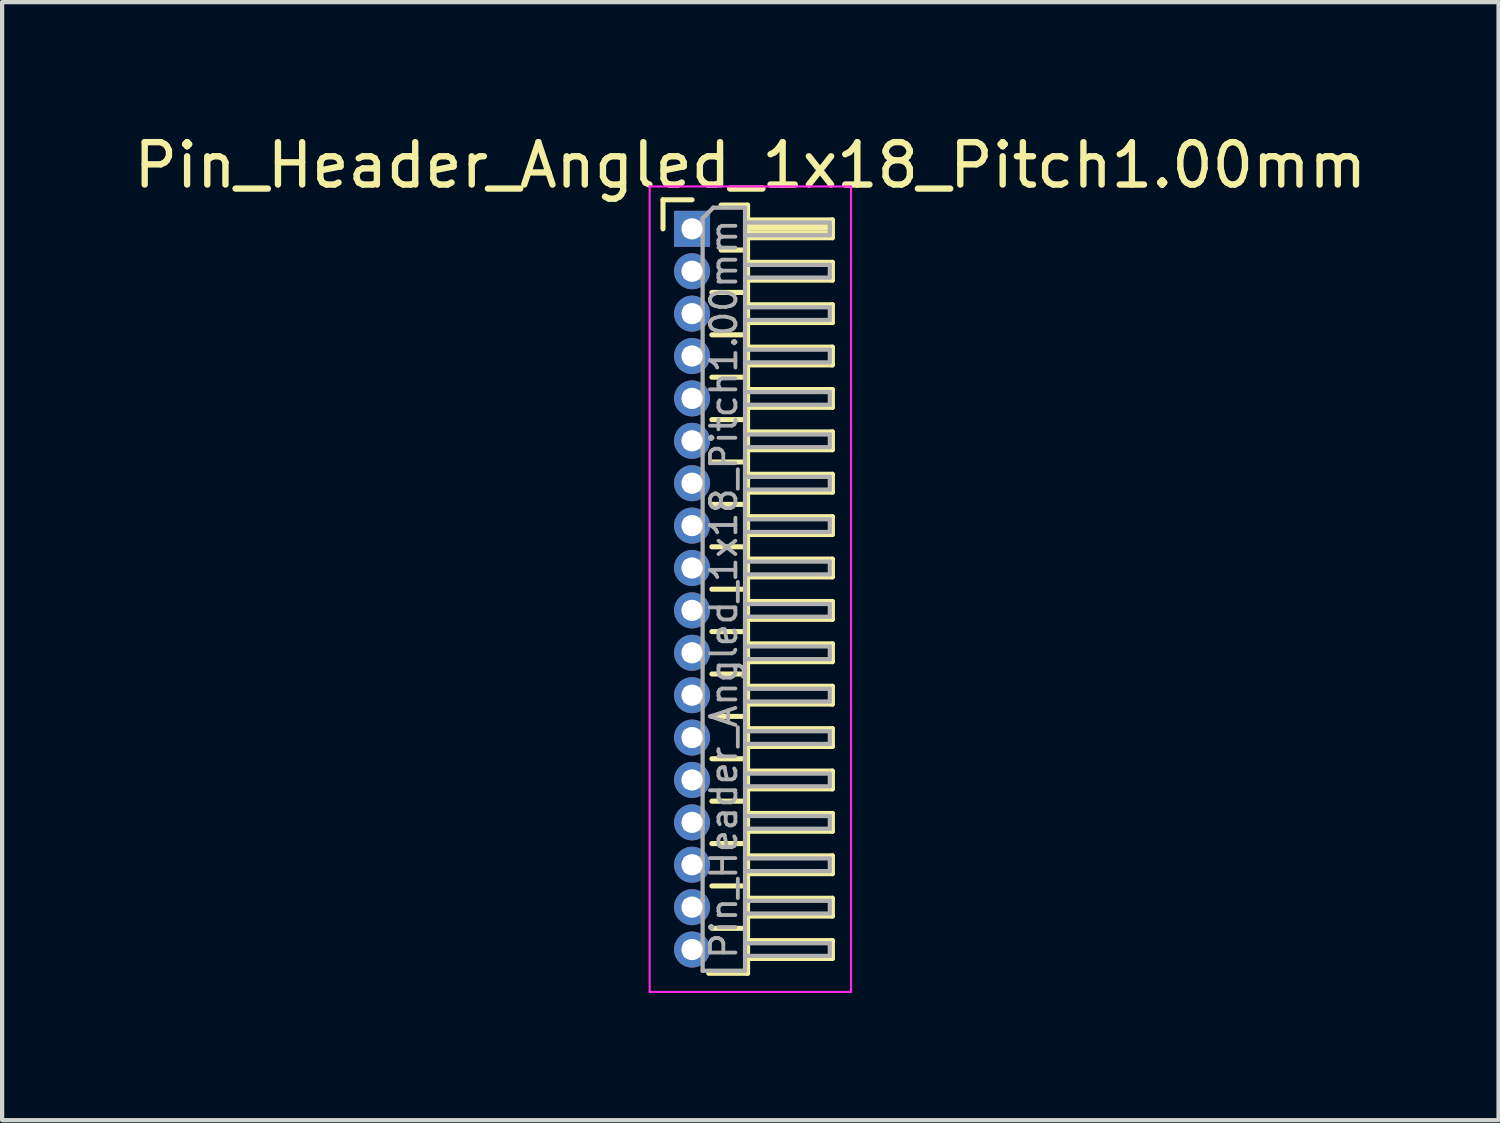
<source format=kicad_pcb>
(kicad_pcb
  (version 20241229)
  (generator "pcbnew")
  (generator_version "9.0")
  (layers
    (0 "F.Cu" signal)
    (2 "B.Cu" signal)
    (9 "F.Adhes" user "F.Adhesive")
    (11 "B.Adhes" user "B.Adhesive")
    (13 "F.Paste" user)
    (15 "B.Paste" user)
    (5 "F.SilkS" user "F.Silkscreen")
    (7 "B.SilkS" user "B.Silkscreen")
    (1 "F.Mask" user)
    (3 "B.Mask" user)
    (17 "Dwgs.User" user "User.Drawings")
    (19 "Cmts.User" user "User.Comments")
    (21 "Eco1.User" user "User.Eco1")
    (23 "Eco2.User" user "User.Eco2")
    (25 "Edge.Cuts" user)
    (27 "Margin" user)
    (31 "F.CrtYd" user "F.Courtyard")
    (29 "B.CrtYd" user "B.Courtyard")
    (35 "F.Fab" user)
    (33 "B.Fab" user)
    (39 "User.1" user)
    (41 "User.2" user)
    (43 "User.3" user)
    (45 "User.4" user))
  (footprint "Pin_Header_Angled_1x18_Pitch1.00mm"
    (layer "F.Cu")
    (at 13.274 2.348)
    (property "Reference" "Pin_Header_Angled_1x18_Pitch1.00mm" (at 1.375 -1.5 0) (layer "F.SilkS") (effects (font (size 1 1) (thickness 0.15))))
    (attr through_hole)
    (fp_line (start -0.685 -0.685) (end 0 -0.685) (stroke (width 0.12) (type solid)) (layer "F.SilkS"))
    (fp_line (start -0.685 0) (end -0.685 -0.685) (stroke (width 0.12) (type solid)) (layer "F.SilkS"))
    (fp_line (start 0.468 1.5) (end 1.31 1.5) (stroke (width 0.12) (type solid)) (layer "F.SilkS"))
    (fp_line (start 0.468 2.5) (end 1.31 2.5) (stroke (width 0.12) (type solid)) (layer "F.SilkS"))
    (fp_line (start 0.468 3.5) (end 1.31 3.5) (stroke (width 0.12) (type solid)) (layer "F.SilkS"))
    (fp_line (start 0.468 4.5) (end 1.31 4.5) (stroke (width 0.12) (type solid)) (layer "F.SilkS"))
    (fp_line (start 0.468 5.5) (end 1.31 5.5) (stroke (width 0.12) (type solid)) (layer "F.SilkS"))
    (fp_line (start 0.468 6.5) (end 1.31 6.5) (stroke (width 0.12) (type solid)) (layer "F.SilkS"))
    (fp_line (start 0.468 7.5) (end 1.31 7.5) (stroke (width 0.12) (type solid)) (layer "F.SilkS"))
    (fp_line (start 0.468 8.5) (end 1.31 8.5) (stroke (width 0.12) (type solid)) (layer "F.SilkS"))
    (fp_line (start 0.468 9.5) (end 1.31 9.5) (stroke (width 0.12) (type solid)) (layer "F.SilkS"))
    (fp_line (start 0.468 10.5) (end 1.31 10.5) (stroke (width 0.12) (type solid)) (layer "F.SilkS"))
    (fp_line (start 0.468 11.5) (end 1.31 11.5) (stroke (width 0.12) (type solid)) (layer "F.SilkS"))
    (fp_line (start 0.468 12.5) (end 1.31 12.5) (stroke (width 0.12) (type solid)) (layer "F.SilkS"))
    (fp_line (start 0.468 13.5) (end 1.31 13.5) (stroke (width 0.12) (type solid)) (layer "F.SilkS"))
    (fp_line (start 0.468 14.5) (end 1.31 14.5) (stroke (width 0.12) (type solid)) (layer "F.SilkS"))
    (fp_line (start 0.468 15.5) (end 1.31 15.5) (stroke (width 0.12) (type solid)) (layer "F.SilkS"))
    (fp_line (start 0.468 16.5) (end 1.31 16.5) (stroke (width 0.12) (type solid)) (layer "F.SilkS"))
    (fp_line (start 0.685 -0.56) (end 1.31 -0.56) (stroke (width 0.12) (type solid)) (layer "F.SilkS"))
    (fp_line (start 0.685 0.5) (end 1.31 0.5) (stroke (width 0.12) (type solid)) (layer "F.SilkS"))
    (fp_line (start 1.31 -0.56) (end 1.31 17.56) (stroke (width 0.12) (type solid)) (layer "F.SilkS"))
    (fp_line (start 1.31 -0.21) (end 3.31 -0.21) (stroke (width 0.12) (type solid)) (layer "F.SilkS"))
    (fp_line (start 1.31 -0.15) (end 3.31 -0.15) (stroke (width 0.12) (type solid)) (layer "F.SilkS"))
    (fp_line (start 1.31 -0.03) (end 3.31 -0.03) (stroke (width 0.12) (type solid)) (layer "F.SilkS"))
    (fp_line (start 1.31 0.09) (end 3.31 0.09) (stroke (width 0.12) (type solid)) (layer "F.SilkS"))
    (fp_line (start 1.31 0.79) (end 3.31 0.79) (stroke (width 0.12) (type solid)) (layer "F.SilkS"))
    (fp_line (start 1.31 1.79) (end 3.31 1.79) (stroke (width 0.12) (type solid)) (layer "F.SilkS"))
    (fp_line (start 1.31 2.79) (end 3.31 2.79) (stroke (width 0.12) (type solid)) (layer "F.SilkS"))
    (fp_line (start 1.31 3.79) (end 3.31 3.79) (stroke (width 0.12) (type solid)) (layer "F.SilkS"))
    (fp_line (start 1.31 4.79) (end 3.31 4.79) (stroke (width 0.12) (type solid)) (layer "F.SilkS"))
    (fp_line (start 1.31 5.79) (end 3.31 5.79) (stroke (width 0.12) (type solid)) (layer "F.SilkS"))
    (fp_line (start 1.31 6.79) (end 3.31 6.79) (stroke (width 0.12) (type solid)) (layer "F.SilkS"))
    (fp_line (start 1.31 7.79) (end 3.31 7.79) (stroke (width 0.12) (type solid)) (layer "F.SilkS"))
    (fp_line (start 1.31 8.79) (end 3.31 8.79) (stroke (width 0.12) (type solid)) (layer "F.SilkS"))
    (fp_line (start 1.31 9.79) (end 3.31 9.79) (stroke (width 0.12) (type solid)) (layer "F.SilkS"))
    (fp_line (start 1.31 10.79) (end 3.31 10.79) (stroke (width 0.12) (type solid)) (layer "F.SilkS"))
    (fp_line (start 1.31 11.79) (end 3.31 11.79) (stroke (width 0.12) (type solid)) (layer "F.SilkS"))
    (fp_line (start 1.31 12.79) (end 3.31 12.79) (stroke (width 0.12) (type solid)) (layer "F.SilkS"))
    (fp_line (start 1.31 13.79) (end 3.31 13.79) (stroke (width 0.12) (type solid)) (layer "F.SilkS"))
    (fp_line (start 1.31 14.79) (end 3.31 14.79) (stroke (width 0.12) (type solid)) (layer "F.SilkS"))
    (fp_line (start 1.31 15.79) (end 3.31 15.79) (stroke (width 0.12) (type solid)) (layer "F.SilkS"))
    (fp_line (start 1.31 16.79) (end 3.31 16.79) (stroke (width 0.12) (type solid)) (layer "F.SilkS"))
    (fp_line (start 1.31 17.56) (end 0.394 17.56) (stroke (width 0.12) (type solid)) (layer "F.SilkS"))
    (fp_line (start 3.31 -0.21) (end 3.31 0.21) (stroke (width 0.12) (type solid)) (layer "F.SilkS"))
    (fp_line (start 3.31 0.21) (end 1.31 0.21) (stroke (width 0.12) (type solid)) (layer "F.SilkS"))
    (fp_line (start 3.31 0.79) (end 3.31 1.21) (stroke (width 0.12) (type solid)) (layer "F.SilkS"))
    (fp_line (start 3.31 1.21) (end 1.31 1.21) (stroke (width 0.12) (type solid)) (layer "F.SilkS"))
    (fp_line (start 3.31 1.79) (end 3.31 2.21) (stroke (width 0.12) (type solid)) (layer "F.SilkS"))
    (fp_line (start 3.31 2.21) (end 1.31 2.21) (stroke (width 0.12) (type solid)) (layer "F.SilkS"))
    (fp_line (start 3.31 2.79) (end 3.31 3.21) (stroke (width 0.12) (type solid)) (layer "F.SilkS"))
    (fp_line (start 3.31 3.21) (end 1.31 3.21) (stroke (width 0.12) (type solid)) (layer "F.SilkS"))
    (fp_line (start 3.31 3.79) (end 3.31 4.21) (stroke (width 0.12) (type solid)) (layer "F.SilkS"))
    (fp_line (start 3.31 4.21) (end 1.31 4.21) (stroke (width 0.12) (type solid)) (layer "F.SilkS"))
    (fp_line (start 3.31 4.79) (end 3.31 5.21) (stroke (width 0.12) (type solid)) (layer "F.SilkS"))
    (fp_line (start 3.31 5.21) (end 1.31 5.21) (stroke (width 0.12) (type solid)) (layer "F.SilkS"))
    (fp_line (start 3.31 5.79) (end 3.31 6.21) (stroke (width 0.12) (type solid)) (layer "F.SilkS"))
    (fp_line (start 3.31 6.21) (end 1.31 6.21) (stroke (width 0.12) (type solid)) (layer "F.SilkS"))
    (fp_line (start 3.31 6.79) (end 3.31 7.21) (stroke (width 0.12) (type solid)) (layer "F.SilkS"))
    (fp_line (start 3.31 7.21) (end 1.31 7.21) (stroke (width 0.12) (type solid)) (layer "F.SilkS"))
    (fp_line (start 3.31 7.79) (end 3.31 8.21) (stroke (width 0.12) (type solid)) (layer "F.SilkS"))
    (fp_line (start 3.31 8.21) (end 1.31 8.21) (stroke (width 0.12) (type solid)) (layer "F.SilkS"))
    (fp_line (start 3.31 8.79) (end 3.31 9.21) (stroke (width 0.12) (type solid)) (layer "F.SilkS"))
    (fp_line (start 3.31 9.21) (end 1.31 9.21) (stroke (width 0.12) (type solid)) (layer "F.SilkS"))
    (fp_line (start 3.31 9.79) (end 3.31 10.21) (stroke (width 0.12) (type solid)) (layer "F.SilkS"))
    (fp_line (start 3.31 10.21) (end 1.31 10.21) (stroke (width 0.12) (type solid)) (layer "F.SilkS"))
    (fp_line (start 3.31 10.79) (end 3.31 11.21) (stroke (width 0.12) (type solid)) (layer "F.SilkS"))
    (fp_line (start 3.31 11.21) (end 1.31 11.21) (stroke (width 0.12) (type solid)) (layer "F.SilkS"))
    (fp_line (start 3.31 11.79) (end 3.31 12.21) (stroke (width 0.12) (type solid)) (layer "F.SilkS"))
    (fp_line (start 3.31 12.21) (end 1.31 12.21) (stroke (width 0.12) (type solid)) (layer "F.SilkS"))
    (fp_line (start 3.31 12.79) (end 3.31 13.21) (stroke (width 0.12) (type solid)) (layer "F.SilkS"))
    (fp_line (start 3.31 13.21) (end 1.31 13.21) (stroke (width 0.12) (type solid)) (layer "F.SilkS"))
    (fp_line (start 3.31 13.79) (end 3.31 14.21) (stroke (width 0.12) (type solid)) (layer "F.SilkS"))
    (fp_line (start 3.31 14.21) (end 1.31 14.21) (stroke (width 0.12) (type solid)) (layer "F.SilkS"))
    (fp_line (start 3.31 14.79) (end 3.31 15.21) (stroke (width 0.12) (type solid)) (layer "F.SilkS"))
    (fp_line (start 3.31 15.21) (end 1.31 15.21) (stroke (width 0.12) (type solid)) (layer "F.SilkS"))
    (fp_line (start 3.31 15.79) (end 3.31 16.21) (stroke (width 0.12) (type solid)) (layer "F.SilkS"))
    (fp_line (start 3.31 16.21) (end 1.31 16.21) (stroke (width 0.12) (type solid)) (layer "F.SilkS"))
    (fp_line (start 3.31 16.79) (end 3.31 17.21) (stroke (width 0.12) (type solid)) (layer "F.SilkS"))
    (fp_line (start 3.31 17.21) (end 1.31 17.21) (stroke (width 0.12) (type solid)) (layer "F.SilkS"))
    (fp_line (start -1 -1) (end -1 18) (stroke (width 0.05) (type solid)) (layer "F.CrtYd"))
    (fp_line (start -1 18) (end 3.75 18) (stroke (width 0.05) (type solid)) (layer "F.CrtYd"))
    (fp_line (start 3.75 -1) (end -1 -1) (stroke (width 0.05) (type solid)) (layer "F.CrtYd"))
    (fp_line (start 3.75 18) (end 3.75 -1) (stroke (width 0.05) (type solid)) (layer "F.CrtYd"))
    (fp_line (start -0.15 -0.15) (end -0.15 0.15) (stroke (width 0.1) (type solid)) (layer "F.Fab"))
    (fp_line (start -0.15 -0.15) (end 0.25 -0.15) (stroke (width 0.1) (type solid)) (layer "F.Fab"))
    (fp_line (start -0.15 0.15) (end 0.25 0.15) (stroke (width 0.1) (type solid)) (layer "F.Fab"))
    (fp_line (start -0.15 0.85) (end -0.15 1.15) (stroke (width 0.1) (type solid)) (layer "F.Fab"))
    (fp_line (start -0.15 0.85) (end 0.25 0.85) (stroke (width 0.1) (type solid)) (layer "F.Fab"))
    (fp_line (start -0.15 1.15) (end 0.25 1.15) (stroke (width 0.1) (type solid)) (layer "F.Fab"))
    (fp_line (start -0.15 1.85) (end -0.15 2.15) (stroke (width 0.1) (type solid)) (layer "F.Fab"))
    (fp_line (start -0.15 1.85) (end 0.25 1.85) (stroke (width 0.1) (type solid)) (layer "F.Fab"))
    (fp_line (start -0.15 2.15) (end 0.25 2.15) (stroke (width 0.1) (type solid)) (layer "F.Fab"))
    (fp_line (start -0.15 2.85) (end -0.15 3.15) (stroke (width 0.1) (type solid)) (layer "F.Fab"))
    (fp_line (start -0.15 2.85) (end 0.25 2.85) (stroke (width 0.1) (type solid)) (layer "F.Fab"))
    (fp_line (start -0.15 3.15) (end 0.25 3.15) (stroke (width 0.1) (type solid)) (layer "F.Fab"))
    (fp_line (start -0.15 3.85) (end -0.15 4.15) (stroke (width 0.1) (type solid)) (layer "F.Fab"))
    (fp_line (start -0.15 3.85) (end 0.25 3.85) (stroke (width 0.1) (type solid)) (layer "F.Fab"))
    (fp_line (start -0.15 4.15) (end 0.25 4.15) (stroke (width 0.1) (type solid)) (layer "F.Fab"))
    (fp_line (start -0.15 4.85) (end -0.15 5.15) (stroke (width 0.1) (type solid)) (layer "F.Fab"))
    (fp_line (start -0.15 4.85) (end 0.25 4.85) (stroke (width 0.1) (type solid)) (layer "F.Fab"))
    (fp_line (start -0.15 5.15) (end 0.25 5.15) (stroke (width 0.1) (type solid)) (layer "F.Fab"))
    (fp_line (start -0.15 5.85) (end -0.15 6.15) (stroke (width 0.1) (type solid)) (layer "F.Fab"))
    (fp_line (start -0.15 5.85) (end 0.25 5.85) (stroke (width 0.1) (type solid)) (layer "F.Fab"))
    (fp_line (start -0.15 6.15) (end 0.25 6.15) (stroke (width 0.1) (type solid)) (layer "F.Fab"))
    (fp_line (start -0.15 6.85) (end -0.15 7.15) (stroke (width 0.1) (type solid)) (layer "F.Fab"))
    (fp_line (start -0.15 6.85) (end 0.25 6.85) (stroke (width 0.1) (type solid)) (layer "F.Fab"))
    (fp_line (start -0.15 7.15) (end 0.25 7.15) (stroke (width 0.1) (type solid)) (layer "F.Fab"))
    (fp_line (start -0.15 7.85) (end -0.15 8.15) (stroke (width 0.1) (type solid)) (layer "F.Fab"))
    (fp_line (start -0.15 7.85) (end 0.25 7.85) (stroke (width 0.1) (type solid)) (layer "F.Fab"))
    (fp_line (start -0.15 8.15) (end 0.25 8.15) (stroke (width 0.1) (type solid)) (layer "F.Fab"))
    (fp_line (start -0.15 8.85) (end -0.15 9.15) (stroke (width 0.1) (type solid)) (layer "F.Fab"))
    (fp_line (start -0.15 8.85) (end 0.25 8.85) (stroke (width 0.1) (type solid)) (layer "F.Fab"))
    (fp_line (start -0.15 9.15) (end 0.25 9.15) (stroke (width 0.1) (type solid)) (layer "F.Fab"))
    (fp_line (start -0.15 9.85) (end -0.15 10.15) (stroke (width 0.1) (type solid)) (layer "F.Fab"))
    (fp_line (start -0.15 9.85) (end 0.25 9.85) (stroke (width 0.1) (type solid)) (layer "F.Fab"))
    (fp_line (start -0.15 10.15) (end 0.25 10.15) (stroke (width 0.1) (type solid)) (layer "F.Fab"))
    (fp_line (start -0.15 10.85) (end -0.15 11.15) (stroke (width 0.1) (type solid)) (layer "F.Fab"))
    (fp_line (start -0.15 10.85) (end 0.25 10.85) (stroke (width 0.1) (type solid)) (layer "F.Fab"))
    (fp_line (start -0.15 11.15) (end 0.25 11.15) (stroke (width 0.1) (type solid)) (layer "F.Fab"))
    (fp_line (start -0.15 11.85) (end -0.15 12.15) (stroke (width 0.1) (type solid)) (layer "F.Fab"))
    (fp_line (start -0.15 11.85) (end 0.25 11.85) (stroke (width 0.1) (type solid)) (layer "F.Fab"))
    (fp_line (start -0.15 12.15) (end 0.25 12.15) (stroke (width 0.1) (type solid)) (layer "F.Fab"))
    (fp_line (start -0.15 12.85) (end -0.15 13.15) (stroke (width 0.1) (type solid)) (layer "F.Fab"))
    (fp_line (start -0.15 12.85) (end 0.25 12.85) (stroke (width 0.1) (type solid)) (layer "F.Fab"))
    (fp_line (start -0.15 13.15) (end 0.25 13.15) (stroke (width 0.1) (type solid)) (layer "F.Fab"))
    (fp_line (start -0.15 13.85) (end -0.15 14.15) (stroke (width 0.1) (type solid)) (layer "F.Fab"))
    (fp_line (start -0.15 13.85) (end 0.25 13.85) (stroke (width 0.1) (type solid)) (layer "F.Fab"))
    (fp_line (start -0.15 14.15) (end 0.25 14.15) (stroke (width 0.1) (type solid)) (layer "F.Fab"))
    (fp_line (start -0.15 14.85) (end -0.15 15.15) (stroke (width 0.1) (type solid)) (layer "F.Fab"))
    (fp_line (start -0.15 14.85) (end 0.25 14.85) (stroke (width 0.1) (type solid)) (layer "F.Fab"))
    (fp_line (start -0.15 15.15) (end 0.25 15.15) (stroke (width 0.1) (type solid)) (layer "F.Fab"))
    (fp_line (start -0.15 15.85) (end -0.15 16.15) (stroke (width 0.1) (type solid)) (layer "F.Fab"))
    (fp_line (start -0.15 15.85) (end 0.25 15.85) (stroke (width 0.1) (type solid)) (layer "F.Fab"))
    (fp_line (start -0.15 16.15) (end 0.25 16.15) (stroke (width 0.1) (type solid)) (layer "F.Fab"))
    (fp_line (start -0.15 16.85) (end -0.15 17.15) (stroke (width 0.1) (type solid)) (layer "F.Fab"))
    (fp_line (start -0.15 16.85) (end 0.25 16.85) (stroke (width 0.1) (type solid)) (layer "F.Fab"))
    (fp_line (start -0.15 17.15) (end 0.25 17.15) (stroke (width 0.1) (type solid)) (layer "F.Fab"))
    (fp_line (start 0.25 -0.25) (end 0.5 -0.5) (stroke (width 0.1) (type solid)) (layer "F.Fab"))
    (fp_line (start 0.25 17.5) (end 0.25 -0.25) (stroke (width 0.1) (type solid)) (layer "F.Fab"))
    (fp_line (start 0.5 -0.5) (end 1.25 -0.5) (stroke (width 0.1) (type solid)) (layer "F.Fab"))
    (fp_line (start 1.25 -0.5) (end 1.25 17.5) (stroke (width 0.1) (type solid)) (layer "F.Fab"))
    (fp_line (start 1.25 -0.15) (end 3.25 -0.15) (stroke (width 0.1) (type solid)) (layer "F.Fab"))
    (fp_line (start 1.25 0.15) (end 3.25 0.15) (stroke (width 0.1) (type solid)) (layer "F.Fab"))
    (fp_line (start 1.25 0.85) (end 3.25 0.85) (stroke (width 0.1) (type solid)) (layer "F.Fab"))
    (fp_line (start 1.25 1.15) (end 3.25 1.15) (stroke (width 0.1) (type solid)) (layer "F.Fab"))
    (fp_line (start 1.25 1.85) (end 3.25 1.85) (stroke (width 0.1) (type solid)) (layer "F.Fab"))
    (fp_line (start 1.25 2.15) (end 3.25 2.15) (stroke (width 0.1) (type solid)) (layer "F.Fab"))
    (fp_line (start 1.25 2.85) (end 3.25 2.85) (stroke (width 0.1) (type solid)) (layer "F.Fab"))
    (fp_line (start 1.25 3.15) (end 3.25 3.15) (stroke (width 0.1) (type solid)) (layer "F.Fab"))
    (fp_line (start 1.25 3.85) (end 3.25 3.85) (stroke (width 0.1) (type solid)) (layer "F.Fab"))
    (fp_line (start 1.25 4.15) (end 3.25 4.15) (stroke (width 0.1) (type solid)) (layer "F.Fab"))
    (fp_line (start 1.25 4.85) (end 3.25 4.85) (stroke (width 0.1) (type solid)) (layer "F.Fab"))
    (fp_line (start 1.25 5.15) (end 3.25 5.15) (stroke (width 0.1) (type solid)) (layer "F.Fab"))
    (fp_line (start 1.25 5.85) (end 3.25 5.85) (stroke (width 0.1) (type solid)) (layer "F.Fab"))
    (fp_line (start 1.25 6.15) (end 3.25 6.15) (stroke (width 0.1) (type solid)) (layer "F.Fab"))
    (fp_line (start 1.25 6.85) (end 3.25 6.85) (stroke (width 0.1) (type solid)) (layer "F.Fab"))
    (fp_line (start 1.25 7.15) (end 3.25 7.15) (stroke (width 0.1) (type solid)) (layer "F.Fab"))
    (fp_line (start 1.25 7.85) (end 3.25 7.85) (stroke (width 0.1) (type solid)) (layer "F.Fab"))
    (fp_line (start 1.25 8.15) (end 3.25 8.15) (stroke (width 0.1) (type solid)) (layer "F.Fab"))
    (fp_line (start 1.25 8.85) (end 3.25 8.85) (stroke (width 0.1) (type solid)) (layer "F.Fab"))
    (fp_line (start 1.25 9.15) (end 3.25 9.15) (stroke (width 0.1) (type solid)) (layer "F.Fab"))
    (fp_line (start 1.25 9.85) (end 3.25 9.85) (stroke (width 0.1) (type solid)) (layer "F.Fab"))
    (fp_line (start 1.25 10.15) (end 3.25 10.15) (stroke (width 0.1) (type solid)) (layer "F.Fab"))
    (fp_line (start 1.25 10.85) (end 3.25 10.85) (stroke (width 0.1) (type solid)) (layer "F.Fab"))
    (fp_line (start 1.25 11.15) (end 3.25 11.15) (stroke (width 0.1) (type solid)) (layer "F.Fab"))
    (fp_line (start 1.25 11.85) (end 3.25 11.85) (stroke (width 0.1) (type solid)) (layer "F.Fab"))
    (fp_line (start 1.25 12.15) (end 3.25 12.15) (stroke (width 0.1) (type solid)) (layer "F.Fab"))
    (fp_line (start 1.25 12.85) (end 3.25 12.85) (stroke (width 0.1) (type solid)) (layer "F.Fab"))
    (fp_line (start 1.25 13.15) (end 3.25 13.15) (stroke (width 0.1) (type solid)) (layer "F.Fab"))
    (fp_line (start 1.25 13.85) (end 3.25 13.85) (stroke (width 0.1) (type solid)) (layer "F.Fab"))
    (fp_line (start 1.25 14.15) (end 3.25 14.15) (stroke (width 0.1) (type solid)) (layer "F.Fab"))
    (fp_line (start 1.25 14.85) (end 3.25 14.85) (stroke (width 0.1) (type solid)) (layer "F.Fab"))
    (fp_line (start 1.25 15.15) (end 3.25 15.15) (stroke (width 0.1) (type solid)) (layer "F.Fab"))
    (fp_line (start 1.25 15.85) (end 3.25 15.85) (stroke (width 0.1) (type solid)) (layer "F.Fab"))
    (fp_line (start 1.25 16.15) (end 3.25 16.15) (stroke (width 0.1) (type solid)) (layer "F.Fab"))
    (fp_line (start 1.25 16.85) (end 3.25 16.85) (stroke (width 0.1) (type solid)) (layer "F.Fab"))
    (fp_line (start 1.25 17.15) (end 3.25 17.15) (stroke (width 0.1) (type solid)) (layer "F.Fab"))
    (fp_line (start 1.25 17.5) (end 0.25 17.5) (stroke (width 0.1) (type solid)) (layer "F.Fab"))
    (fp_line (start 3.25 -0.15) (end 3.25 0.15) (stroke (width 0.1) (type solid)) (layer "F.Fab"))
    (fp_line (start 3.25 0.85) (end 3.25 1.15) (stroke (width 0.1) (type solid)) (layer "F.Fab"))
    (fp_line (start 3.25 1.85) (end 3.25 2.15) (stroke (width 0.1) (type solid)) (layer "F.Fab"))
    (fp_line (start 3.25 2.85) (end 3.25 3.15) (stroke (width 0.1) (type solid)) (layer "F.Fab"))
    (fp_line (start 3.25 3.85) (end 3.25 4.15) (stroke (width 0.1) (type solid)) (layer "F.Fab"))
    (fp_line (start 3.25 4.85) (end 3.25 5.15) (stroke (width 0.1) (type solid)) (layer "F.Fab"))
    (fp_line (start 3.25 5.85) (end 3.25 6.15) (stroke (width 0.1) (type solid)) (layer "F.Fab"))
    (fp_line (start 3.25 6.85) (end 3.25 7.15) (stroke (width 0.1) (type solid)) (layer "F.Fab"))
    (fp_line (start 3.25 7.85) (end 3.25 8.15) (stroke (width 0.1) (type solid)) (layer "F.Fab"))
    (fp_line (start 3.25 8.85) (end 3.25 9.15) (stroke (width 0.1) (type solid)) (layer "F.Fab"))
    (fp_line (start 3.25 9.85) (end 3.25 10.15) (stroke (width 0.1) (type solid)) (layer "F.Fab"))
    (fp_line (start 3.25 10.85) (end 3.25 11.15) (stroke (width 0.1) (type solid)) (layer "F.Fab"))
    (fp_line (start 3.25 11.85) (end 3.25 12.15) (stroke (width 0.1) (type solid)) (layer "F.Fab"))
    (fp_line (start 3.25 12.85) (end 3.25 13.15) (stroke (width 0.1) (type solid)) (layer "F.Fab"))
    (fp_line (start 3.25 13.85) (end 3.25 14.15) (stroke (width 0.1) (type solid)) (layer "F.Fab"))
    (fp_line (start 3.25 14.85) (end 3.25 15.15) (stroke (width 0.1) (type solid)) (layer "F.Fab"))
    (fp_line (start 3.25 15.85) (end 3.25 16.15) (stroke (width 0.1) (type solid)) (layer "F.Fab"))
    (fp_line (start 3.25 16.85) (end 3.25 17.15) (stroke (width 0.1) (type solid)) (layer "F.Fab"))
    (fp_text user "${REFERENCE}" (at 0.75 8.5 90) (layer "F.Fab") (effects (font (size 0.6 0.6) (thickness 0.09))))
    (pad "1" thru_hole rect (at 0 0) (size 0.85 0.85) (drill 0.5) (layers "*.Cu" "*.Mask"))
    (pad "2" thru_hole oval (at 0 1) (size 0.85 0.85) (drill 0.5) (layers "*.Cu" "*.Mask"))
    (pad "3" thru_hole oval (at 0 2) (size 0.85 0.85) (drill 0.5) (layers "*.Cu" "*.Mask"))
    (pad "4" thru_hole oval (at 0 3) (size 0.85 0.85) (drill 0.5) (layers "*.Cu" "*.Mask"))
    (pad "5" thru_hole oval (at 0 4) (size 0.85 0.85) (drill 0.5) (layers "*.Cu" "*.Mask"))
    (pad "6" thru_hole oval (at 0 5) (size 0.85 0.85) (drill 0.5) (layers "*.Cu" "*.Mask"))
    (pad "7" thru_hole oval (at 0 6) (size 0.85 0.85) (drill 0.5) (layers "*.Cu" "*.Mask"))
    (pad "8" thru_hole oval (at 0 7) (size 0.85 0.85) (drill 0.5) (layers "*.Cu" "*.Mask"))
    (pad "9" thru_hole oval (at 0 8) (size 0.85 0.85) (drill 0.5) (layers "*.Cu" "*.Mask"))
    (pad "10" thru_hole oval (at 0 9) (size 0.85 0.85) (drill 0.5) (layers "*.Cu" "*.Mask"))
    (pad "11" thru_hole oval (at 0 10) (size 0.85 0.85) (drill 0.5) (layers "*.Cu" "*.Mask"))
    (pad "12" thru_hole oval (at 0 11) (size 0.85 0.85) (drill 0.5) (layers "*.Cu" "*.Mask"))
    (pad "13" thru_hole oval (at 0 12) (size 0.85 0.85) (drill 0.5) (layers "*.Cu" "*.Mask"))
    (pad "14" thru_hole oval (at 0 13) (size 0.85 0.85) (drill 0.5) (layers "*.Cu" "*.Mask"))
    (pad "15" thru_hole oval (at 0 14) (size 0.85 0.85) (drill 0.5) (layers "*.Cu" "*.Mask"))
    (pad "16" thru_hole oval (at 0 15) (size 0.85 0.85) (drill 0.5) (layers "*.Cu" "*.Mask"))
    (pad "17" thru_hole oval (at 0 16) (size 0.85 0.85) (drill 0.5) (layers "*.Cu" "*.Mask"))
    (pad "18" thru_hole oval (at 0 17) (size 0.85 0.85) (drill 0.5) (layers "*.Cu" "*.Mask")))
  (gr_rect
    (start -3 -3)
    (end 32.298 23.373)
    (stroke (width 0.1) (type default))
    (fill no)
    (layer "Edge.Cuts")))
</source>
